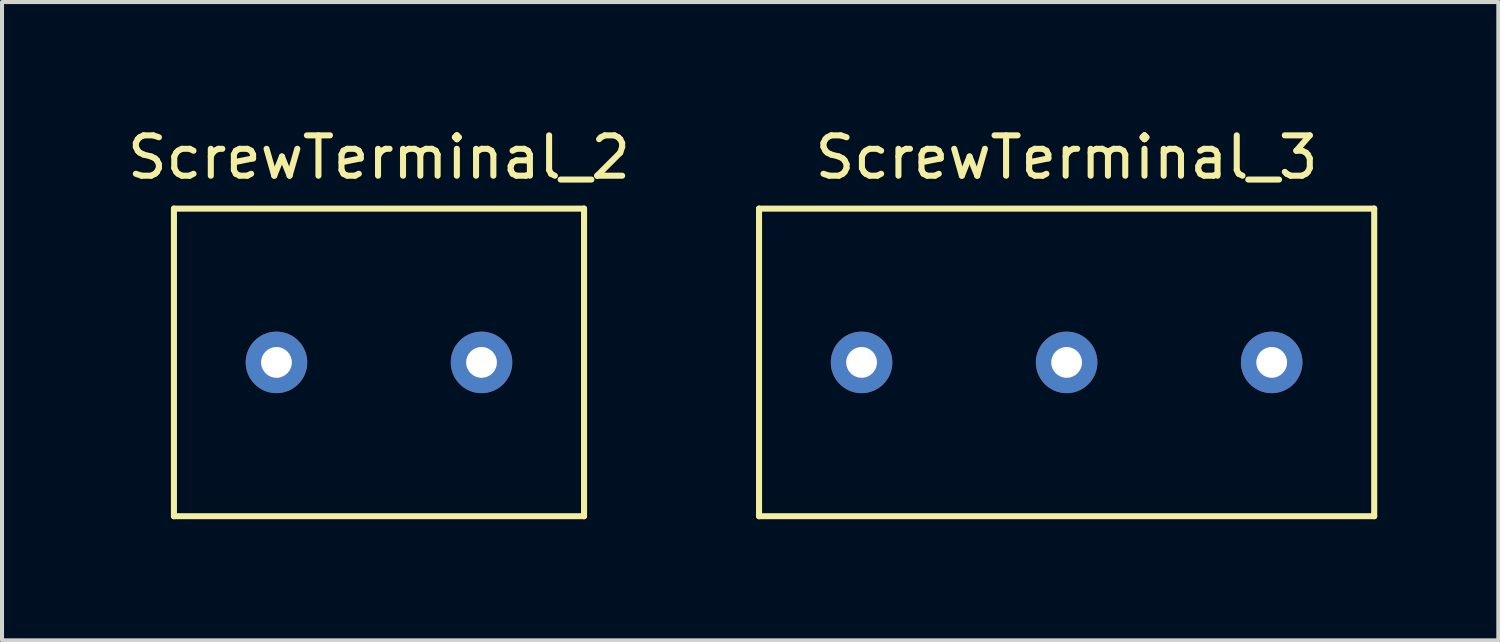
<source format=kicad_pcb>
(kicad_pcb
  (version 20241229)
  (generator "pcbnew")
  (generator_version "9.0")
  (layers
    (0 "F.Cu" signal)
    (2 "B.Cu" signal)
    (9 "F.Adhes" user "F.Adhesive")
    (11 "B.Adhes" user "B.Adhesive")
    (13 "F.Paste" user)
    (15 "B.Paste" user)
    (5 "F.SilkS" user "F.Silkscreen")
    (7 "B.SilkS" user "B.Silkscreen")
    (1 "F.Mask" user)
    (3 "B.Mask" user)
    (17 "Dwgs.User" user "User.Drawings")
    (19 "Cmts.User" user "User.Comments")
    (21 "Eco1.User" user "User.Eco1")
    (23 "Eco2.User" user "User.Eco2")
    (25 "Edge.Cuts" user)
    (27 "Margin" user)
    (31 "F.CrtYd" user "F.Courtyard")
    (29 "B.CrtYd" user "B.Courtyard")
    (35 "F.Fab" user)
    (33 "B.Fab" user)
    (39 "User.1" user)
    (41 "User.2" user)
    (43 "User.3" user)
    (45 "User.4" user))
  (footprint "ScrewTerminal_3"
    (layer "F.Cu")
    (at 23.374 5.928)
    (property "Reference" "ScrewTerminal_3" (at 0 -5.08 0) (layer "F.SilkS") (effects (font (size 1 1) (thickness 0.15))))
    (attr through_hole)
    (fp_line (start -7.62 -3.81) (end -7.62 3.81) (stroke (width 0.15) (type solid)) (layer "F.SilkS"))
    (fp_line (start -7.62 -3.81) (end 7.62 -3.81) (stroke (width 0.15) (type solid)) (layer "F.SilkS"))
    (fp_line (start -7.62 3.81) (end 7.62 3.81) (stroke (width 0.15) (type solid)) (layer "F.SilkS"))
    (fp_line (start 7.62 3.81) (end 7.62 -3.81) (stroke (width 0.15) (type solid)) (layer "F.SilkS"))
    (pad "1" thru_hole circle (at -5.08 0) (size 1.524 1.524) (drill 0.762) (layers "*.Cu" "*.Mask"))
    (pad "2" thru_hole circle (at 0 0) (size 1.524 1.524) (drill 0.762) (layers "*.Cu" "*.Mask"))
    (pad "3" thru_hole circle (at 5.08 0) (size 1.524 1.524) (drill 0.762) (layers "*.Cu" "*.Mask")))
  (footprint "ScrewTerminal_2"
    (layer "F.Cu")
    (at 6.339 5.928)
    (property "Reference" "ScrewTerminal_2" (at 0 -5.08 0) (layer "F.SilkS") (effects (font (size 1 1) (thickness 0.15))))
    (attr through_hole)
    (fp_line (start -5.08 -3.81) (end 5.08 -3.81) (stroke (width 0.15) (type solid)) (layer "F.SilkS"))
    (fp_line (start -5.08 3.81) (end -5.08 -3.81) (stroke (width 0.15) (type solid)) (layer "F.SilkS"))
    (fp_line (start 5.08 -3.81) (end 5.08 3.81) (stroke (width 0.15) (type solid)) (layer "F.SilkS"))
    (fp_line (start 5.08 3.81) (end -5.08 3.81) (stroke (width 0.15) (type solid)) (layer "F.SilkS"))
    (pad "1" thru_hole circle (at -2.54 0) (size 1.524 1.524) (drill 0.762) (layers "*.Cu" "*.Mask"))
    (pad "2" thru_hole circle (at 2.54 0) (size 1.524 1.524) (drill 0.762) (layers "*.Cu" "*.Mask")))
  (gr_rect
    (start -3 -3)
    (end 34.069 12.813)
    (stroke (width 0.1) (type default))
    (fill no)
    (layer "Edge.Cuts")))
</source>
